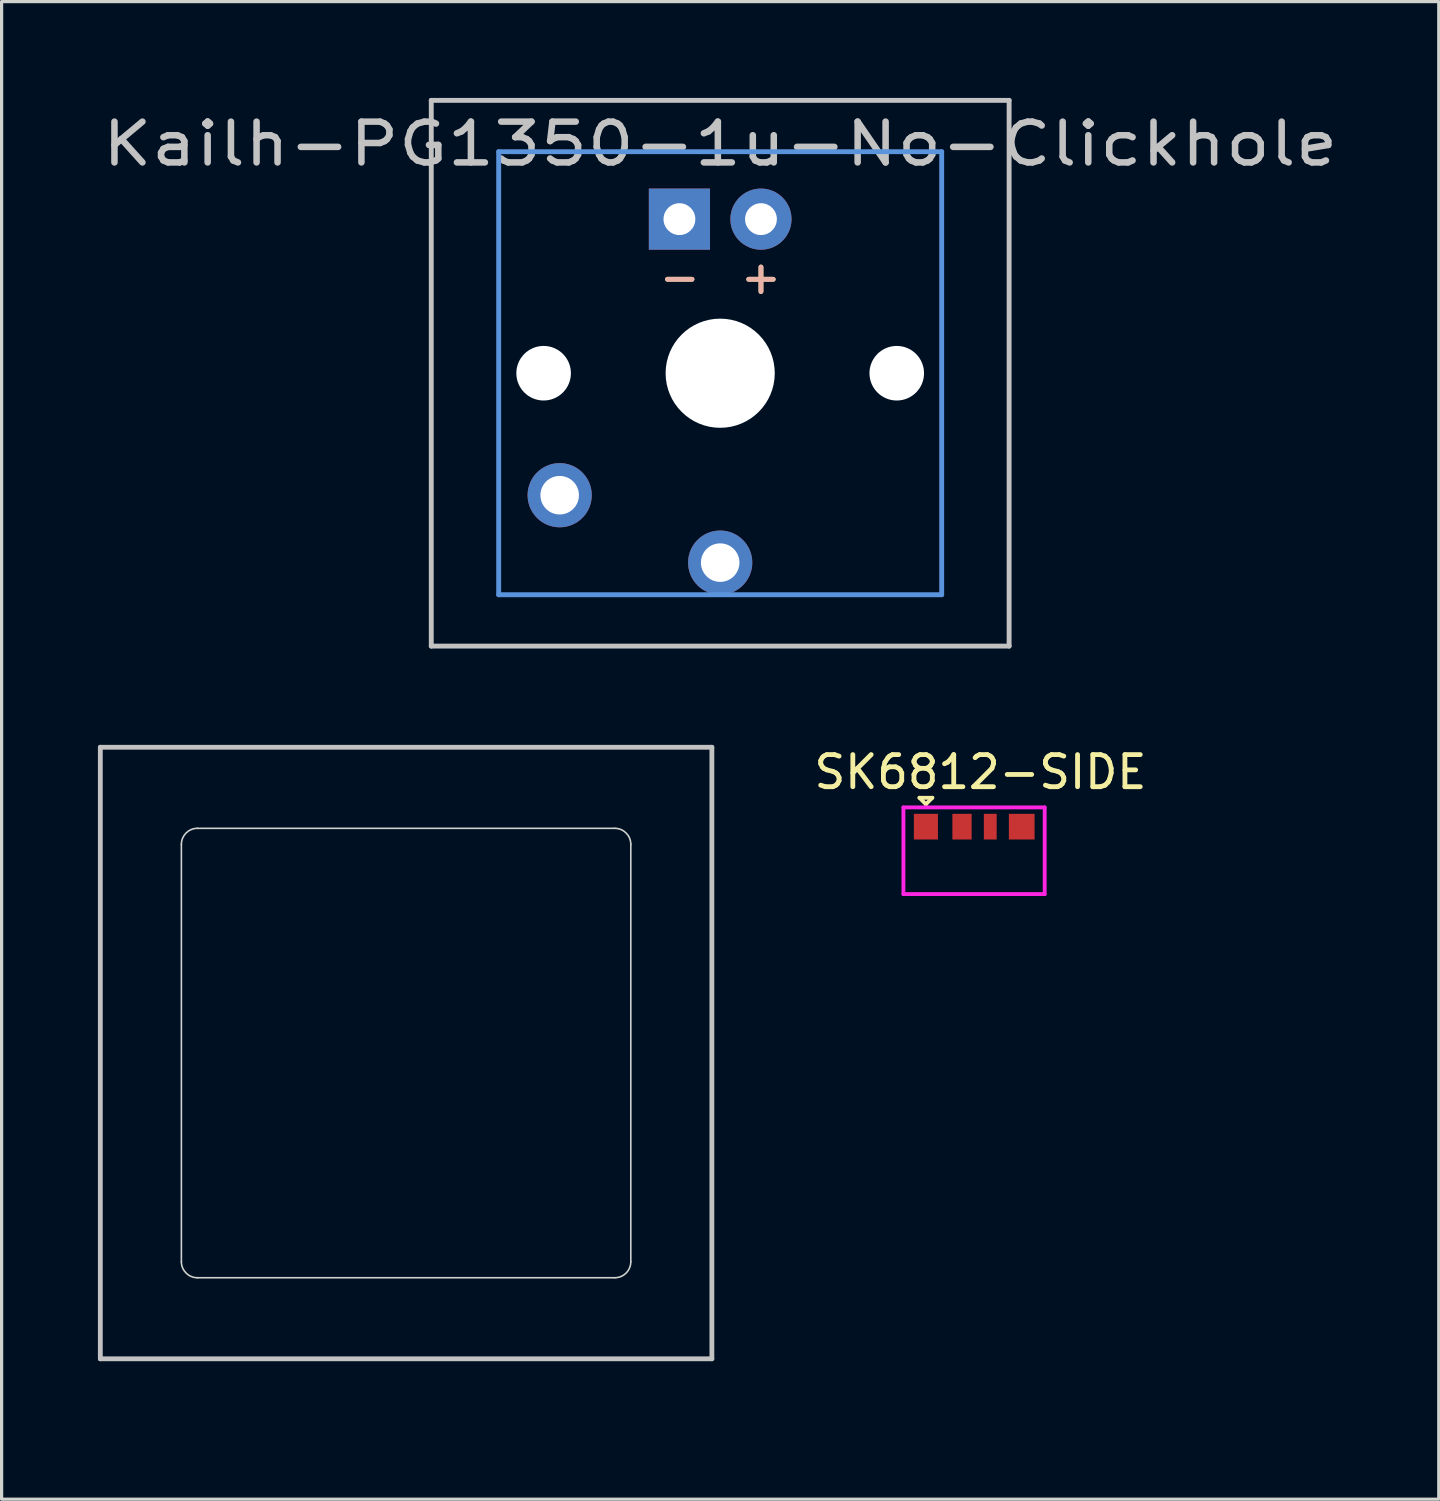
<source format=kicad_pcb>
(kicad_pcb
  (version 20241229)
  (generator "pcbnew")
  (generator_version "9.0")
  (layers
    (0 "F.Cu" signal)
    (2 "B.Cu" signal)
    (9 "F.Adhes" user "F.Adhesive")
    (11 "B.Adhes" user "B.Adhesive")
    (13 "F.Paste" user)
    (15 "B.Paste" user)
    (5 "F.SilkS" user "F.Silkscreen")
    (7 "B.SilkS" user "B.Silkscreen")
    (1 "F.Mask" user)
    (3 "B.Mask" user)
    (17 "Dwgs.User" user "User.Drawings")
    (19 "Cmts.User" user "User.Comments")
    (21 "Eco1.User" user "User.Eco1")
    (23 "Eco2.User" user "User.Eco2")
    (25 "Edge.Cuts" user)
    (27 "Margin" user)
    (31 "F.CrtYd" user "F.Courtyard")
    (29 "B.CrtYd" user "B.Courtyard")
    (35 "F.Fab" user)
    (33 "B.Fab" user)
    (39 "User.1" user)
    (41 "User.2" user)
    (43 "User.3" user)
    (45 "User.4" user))
  (footprint "SK6812-SIDE"
    (layer "F.Cu")
    (at 25.792 22.701)
    (property "Reference" "SK6812-SIDE" (at 1.7 -1.7 0) (layer "F.SilkS") (effects (font (size 1 1) (thickness 0.15))))
    (attr through_hole)
    (fp_line (start -0.2 -0.9) (end 0 -0.7) (stroke (width 0.12) (type solid)) (layer "F.SilkS"))
    (fp_line (start 0 -0.7) (end 0.2 -0.9) (stroke (width 0.12) (type solid)) (layer "F.SilkS"))
    (fp_line (start 0.2 -0.9) (end -0.2 -0.9) (stroke (width 0.12) (type solid)) (layer "F.SilkS"))
    (fp_line (start -0.7 -0.6) (end -0.7 2.1) (stroke (width 0.12) (type solid)) (layer "F.CrtYd"))
    (fp_line (start -0.7 2.1) (end 3.7 2.1) (stroke (width 0.12) (type solid)) (layer "F.CrtYd"))
    (fp_line (start 3.7 -0.6) (end -0.7 -0.6) (stroke (width 0.12) (type solid)) (layer "F.CrtYd"))
    (fp_line (start 3.7 2.1) (end 3.7 -0.6) (stroke (width 0.12) (type solid)) (layer "F.CrtYd"))
    (pad "1" smd rect (at 0 0) (size 0.75 0.8) (layers "F.Cu" "F.Mask" "F.Paste"))
    (pad "2" smd rect (at 1.125 0) (size 0.6 0.8) (layers "F.Cu" "F.Mask" "F.Paste"))
    (pad "3" smd rect (at 2.005 0) (size 0.4 0.8) (layers "F.Cu" "F.Mask" "F.Paste"))
    (pad "4" smd rect (at 2.985 0) (size 0.8 0.8) (layers "F.Cu" "F.Mask" "F.Paste")))
  (footprint "Kailh-PG1350-1u-No-Clickhole"
    (layer "F.Cu")
    (at 19.384 8.576)
    (property "Reference" "Kailh-PG1350-1u-No-Clickhole" (at 0 -7.144 180) (layer "Dwgs.User") (effects (font (size 1.27 1.524) (thickness 0.203))))
    (attr through_hole)
    (fp_line (start -9 -8.5) (end 9 -8.5) (stroke (width 0.152) (type solid)) (layer "Dwgs.User"))
    (fp_line (start -9 8.5) (end -9 -8.5) (stroke (width 0.152) (type solid)) (layer "Dwgs.User"))
    (fp_line (start 9 -8.5) (end 9 8.5) (stroke (width 0.152) (type solid)) (layer "Dwgs.User"))
    (fp_line (start 9 8.5) (end -9 8.5) (stroke (width 0.152) (type solid)) (layer "Dwgs.User"))
    (fp_line (start -6.9 -6.9) (end 6.9 -6.9) (stroke (width 0.152) (type solid)) (layer "Cmts.User"))
    (fp_line (start -6.9 6.9) (end -6.9 -6.9) (stroke (width 0.152) (type solid)) (layer "Cmts.User"))
    (fp_line (start 6.9 -6.9) (end 6.9 6.9) (stroke (width 0.152) (type solid)) (layer "Cmts.User"))
    (fp_line (start 6.9 6.9) (end -6.9 6.9) (stroke (width 0.152) (type solid)) (layer "Cmts.User"))
    (fp_line (start -7.5 -7.5) (end 7.5 -7.5) (stroke (width 0.152) (type solid)) (layer "Eco2.User"))
    (fp_line (start -7.5 7.5) (end -7.5 -7.5) (stroke (width 0.152) (type solid)) (layer "Eco2.User"))
    (fp_line (start 7.5 -7.5) (end 7.5 7.5) (stroke (width 0.152) (type solid)) (layer "Eco2.User"))
    (fp_line (start 7.5 7.5) (end -7.5 7.5) (stroke (width 0.152) (type solid)) (layer "Eco2.User"))
    (fp_text user "-" (at -1.26 -3 180) (layer "F.SilkS") (effects (font (size 1 1) (thickness 0.15))))
    (fp_text user "+" (at 1.27 -3 180) (layer "F.SilkS") (effects (font (size 1 1) (thickness 0.15))))
    (fp_text user "+" (at 1.27 -3 180) (layer "B.SilkS") (effects (font (size 1 1) (thickness 0.15)) (justify mirror)))
    (fp_text user "-" (at -1.26 -3 180) (layer "B.SilkS") (effects (font (size 1 1) (thickness 0.15)) (justify mirror)))
    (pad "" np_thru_hole circle (at -5.5 0 180) (size 1.7 1.7) (drill 1.7) (layers "*.Cu"))
    (pad "" np_thru_hole circle (at 0 0 180) (size 3.4 3.4) (drill 3.4) (layers "*.Cu"))
    (pad "" np_thru_hole circle (at 5.5 0 180) (size 1.7 1.7) (drill 1.7) (layers "*.Cu"))
    (pad "1" thru_hole circle (at 0 5.9 180) (size 2 2) (drill 1.2) (layers "*.Cu" "*.Mask"))
    (pad "2" thru_hole circle (at -5 3.8 41.9) (size 2 2) (drill 1.2) (layers "*.Cu" "*.Mask"))
    (pad "3" thru_hole circle (at 1.27 -4.8 180) (size 1.905 1.905) (drill 0.991) (layers "*.Cu" "*.Mask"))
    (pad "4" thru_hole rect (at -1.27 -4.8 180) (size 1.905 1.905) (drill 0.991) (layers "*.Cu" "*.Mask")))
  (footprint "MX_Cutout_1u"
    (layer "F.Cu")
    (at 9.6 29.752)
    (property "Reference" "MX_Cutout_1u" (at 0.25 10.05 0) (layer "Eco2.User") (effects (font (size 1 1) (thickness 0.15))))
    (attr through_hole)
    (fp_line (start -9.525 -9.525) (end 9.525 -9.525) (stroke (width 0.15) (type solid)) (layer "Dwgs.User"))
    (fp_line (start -9.525 9.525) (end -9.525 -9.525) (stroke (width 0.15) (type solid)) (layer "Dwgs.User"))
    (fp_line (start 9.525 -9.525) (end 9.525 9.525) (stroke (width 0.15) (type solid)) (layer "Dwgs.User"))
    (fp_line (start 9.525 9.525) (end -9.525 9.525) (stroke (width 0.15) (type solid)) (layer "Dwgs.User"))
    (fp_line (start -7 -6.5) (end -7 6.5) (stroke (width 0.05) (type solid)) (layer "Edge.Cuts"))
    (fp_line (start -6.5 7) (end 6.5 7) (stroke (width 0.05) (type solid)) (layer "Edge.Cuts"))
    (fp_line (start 6.5 -7) (end -6.5 -7) (stroke (width 0.05) (type solid)) (layer "Edge.Cuts"))
    (fp_line (start 7 6.5) (end 7 -6.5) (stroke (width 0.05) (type solid)) (layer "Edge.Cuts"))
    (fp_arc (start -7 -6.5) (mid -6.853553 -6.853553) (end -6.5 -7) (stroke (width 0.05) (type solid)) (layer "Edge.Cuts"))
    (fp_arc (start -6.5 7) (mid -6.853553 6.853553) (end -7 6.5) (stroke (width 0.05) (type solid)) (layer "Edge.Cuts"))
    (fp_arc (start 6.5 -7) (mid 6.853553 -6.853553) (end 7 -6.5) (stroke (width 0.05) (type solid)) (layer "Edge.Cuts"))
    (fp_arc (start 7 6.5) (mid 6.853553 6.853553) (end 6.5 7) (stroke (width 0.05) (type solid)) (layer "Edge.Cuts"))
    (pad "" smd roundrect (at 0 0 180) (size 16 16) (layers "F.Mask") (roundrect_rratio 0.063))
    (pad "" smd roundrect (at 0 0 180) (size 16 16) (layers "B.Mask") (roundrect_rratio 0.063)))
  (gr_rect
    (start -3 -3)
    (end 41.768 43.651)
    (stroke (width 0.1) (type default))
    (fill no)
    (layer "Edge.Cuts")))
</source>
